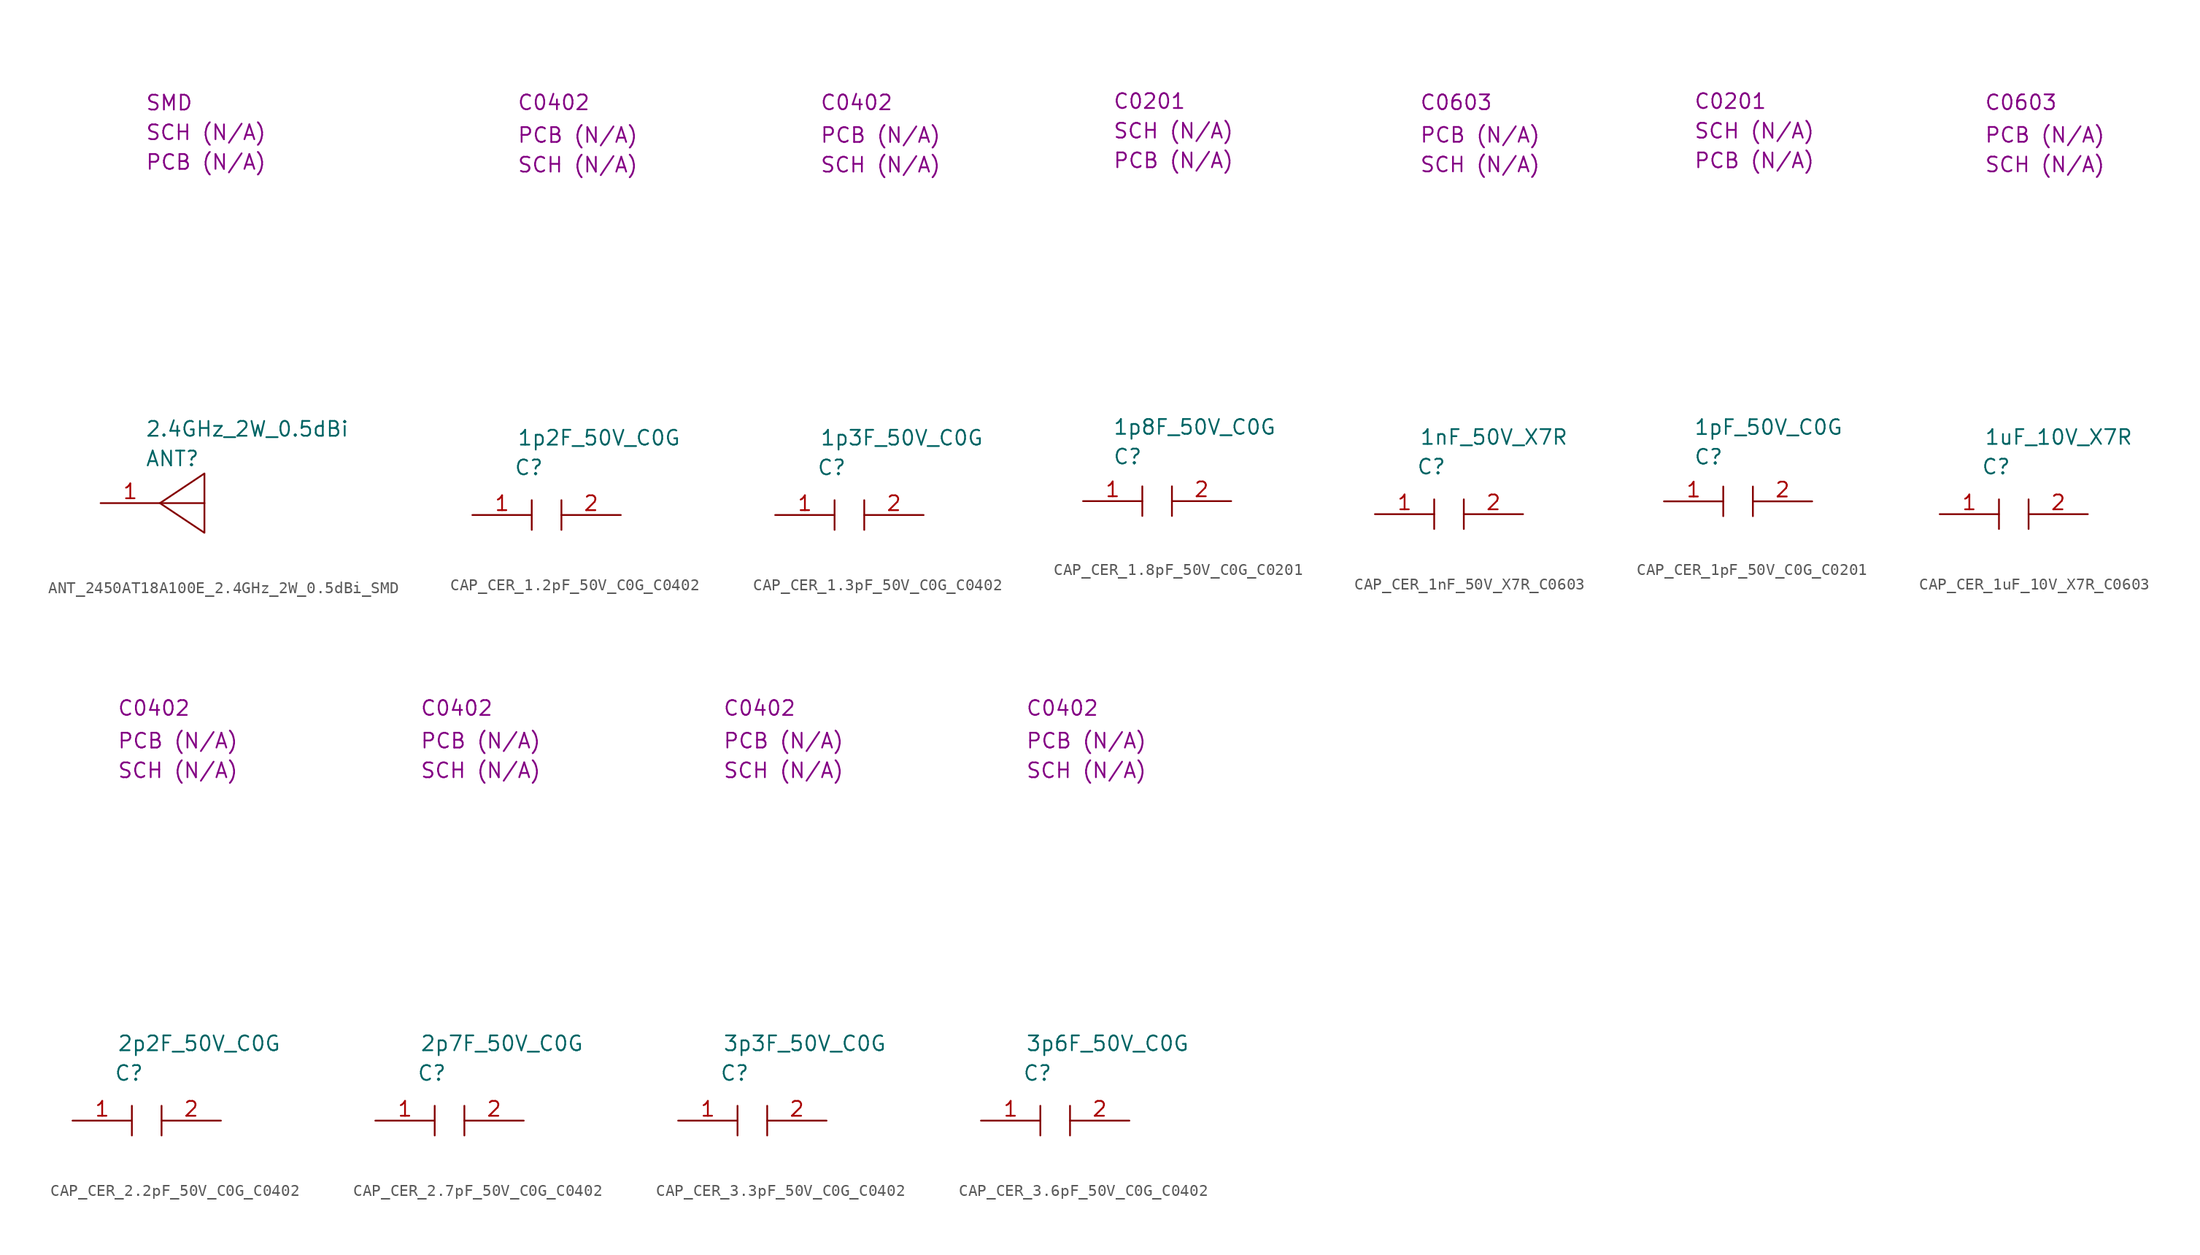
<source format=kicad_sym>
(kicad_symbol_lib
  (version 20231120)
  (generator "kicad_symbol_editor")
  (generator_version "8.0")
  (symbol "ANT_2450AT18A100E_2.4GHz_2W_0.5dBi_SMD"
    (property "Reference" "ANT"
      (at 3.81 3.81 0)
      (effects (font (size 1.27 1.27)) (justify left)))
    (property "Value" "2.4GHz_2W_0.5dBi"
      (at 3.81 6.35 0)
      (effects (font (size 1.27 1.27)) (justify left)))
    (property "SCH CHECK" "SCH (N/A)"
      (at 3.81 31.75 0)
      (effects (font (size 1.27 1.27)) (justify left)))
    (property "Package" "SMD"
      (at 3.81 34.29 0)
      (effects (font (size 1.27 1.27)) (justify left)))
    (property "PCB CHECk" "PCB (N/A)"
      (at 3.81 29.21 0)
      (effects (font (size 1.27 1.27)) (justify left)))
    (symbol "ANT_2450AT18A100E_2.4GHz_2W_0.5dBi_SMD_0_1"
      (polyline (pts (xy 5.08 0) (xy 8.89 0)) (stroke (width 0) (type default)) (fill (type none)))
      (polyline (pts (xy 5.08 0) (xy 8.89 2.54) (xy 8.89 -2.54) (xy 5.08 0)) (stroke (width 0) (type default)) (fill (type none))))
    (symbol "ANT_2450AT18A100E_2.4GHz_2W_0.5dBi_SMD_1_1"
      (pin passive line (at 0 0 0) (length 5.08) (name "" (effects (font (size 1.27 1.27)))) (number "1" (effects (font (size 1.27 1.27)))))))
  (symbol "CAP_CER_1.2pF_50V_C0G_C0402"
    (property "Reference" "C"
      (at 3.556 4.064 0)
      (effects (font (size 1.27 1.27)) (justify left)))
    (property "Value" "1p2F_50V_C0G"
      (at 3.81 6.604 0)
      (effects (font (size 1.27 1.27)) (justify left)))
    (property "Package" "C0402"
      (at 3.81 35.306 0)
      (effects (font (size 1.27 1.27)) (justify left)))
    (property "SCH CHECK" "SCH (N/A)"
      (at 3.81 29.972 0)
      (effects (font (size 1.27 1.27)) (justify left)))
    (property "PCB CHECK" "PCB (N/A)"
      (at 3.81 32.512 0)
      (effects (font (size 1.27 1.27)) (justify left)))
    (symbol "CAP_CER_1.2pF_50V_C0G_C0402_0_0"
      (polyline (pts (xy 5.08 1.27) (xy 5.08 -1.27)) (stroke (width 0) (type default)) (fill (type none)))
      (polyline (pts (xy 7.62 1.27) (xy 7.62 -1.27)) (stroke (width 0) (type default)) (fill (type none))))
    (symbol "CAP_CER_1.2pF_50V_C0G_C0402_1_1"
      (pin passive line (at 0 0 0) (length 5.08) (name "" (effects (font (size 1.27 1.27)))) (number "1" (effects (font (size 1.27 1.27)))))
      (pin passive line (at 12.7 0 180) (length 5.08) (name "" (effects (font (size 1.27 1.27)))) (number "2" (effects (font (size 1.27 1.27)))))))
  (symbol "CAP_CER_1.3pF_50V_C0G_C0402"
    (property "Reference" "C"
      (at 3.556 4.064 0)
      (effects (font (size 1.27 1.27)) (justify left)))
    (property "Value" "1p3F_50V_C0G"
      (at 3.81 6.604 0)
      (effects (font (size 1.27 1.27)) (justify left)))
    (property "Package" "C0402"
      (at 3.81 35.306 0)
      (effects (font (size 1.27 1.27)) (justify left)))
    (property "SCH CHECK" "SCH (N/A)"
      (at 3.81 29.972 0)
      (effects (font (size 1.27 1.27)) (justify left)))
    (property "PCB CHECK" "PCB (N/A)"
      (at 3.81 32.512 0)
      (effects (font (size 1.27 1.27)) (justify left)))
    (symbol "CAP_CER_1.3pF_50V_C0G_C0402_0_0"
      (polyline (pts (xy 5.08 1.27) (xy 5.08 -1.27)) (stroke (width 0) (type default)) (fill (type none)))
      (polyline (pts (xy 7.62 1.27) (xy 7.62 -1.27)) (stroke (width 0) (type default)) (fill (type none))))
    (symbol "CAP_CER_1.3pF_50V_C0G_C0402_1_1"
      (pin passive line (at 0 0 0) (length 5.08) (name "" (effects (font (size 1.27 1.27)))) (number "1" (effects (font (size 1.27 1.27)))))
      (pin passive line (at 12.7 0 180) (length 5.08) (name "" (effects (font (size 1.27 1.27)))) (number "2" (effects (font (size 1.27 1.27)))))))
  (symbol "CAP_CER_1.8pF_50V_C0G_C0201"
    (property "Reference" "C"
      (at 2.54 3.81 0)
      (effects (font (size 1.27 1.27)) (justify left)))
    (property "Value" "1p8F_50V_C0G"
      (at 2.54 6.35 0)
      (effects (font (size 1.27 1.27)) (justify left)))
    (property "SCH CHECK" "SCH (N/A)"
      (at 2.54 31.75 0)
      (effects (font (size 1.27 1.27)) (justify left)))
    (property "Package" "C0201"
      (at 2.54 34.29 0)
      (effects (font (size 1.27 1.27)) (justify left)))
    (property "PCB CHECk" "PCB (N/A)"
      (at 2.54 29.21 0)
      (effects (font (size 1.27 1.27)) (justify left)))
    (symbol "CAP_CER_1.8pF_50V_C0G_C0201_0_0"
      (polyline (pts (xy 5.08 1.27) (xy 5.08 -1.27)) (stroke (width 0) (type default)) (fill (type none)))
      (polyline (pts (xy 7.62 1.27) (xy 7.62 -1.27)) (stroke (width 0) (type default)) (fill (type none))))
    (symbol "CAP_CER_1.8pF_50V_C0G_C0201_1_1"
      (pin passive line (at 0 0 0) (length 5.08) (name "" (effects (font (size 1.27 1.27)))) (number "1" (effects (font (size 1.27 1.27)))))
      (pin passive line (at 12.7 0 180) (length 5.08) (name "" (effects (font (size 1.27 1.27)))) (number "2" (effects (font (size 1.27 1.27)))))))
  (symbol "CAP_CER_1nF_50V_X7R_C0603"
    (property "Reference" "C"
      (at 3.556 4.064 0)
      (effects (font (size 1.27 1.27)) (justify left)))
    (property "Value" "1nF_50V_X7R"
      (at 3.81 6.604 0)
      (effects (font (size 1.27 1.27)) (justify left)))
    (property "Package" "C0603"
      (at 3.81 35.306 0)
      (effects (font (size 1.27 1.27)) (justify left)))
    (property "SCH CHECK" "SCH (N/A)"
      (at 3.81 29.972 0)
      (effects (font (size 1.27 1.27)) (justify left)))
    (property "PCB CHECK" "PCB (N/A)"
      (at 3.81 32.512 0)
      (effects (font (size 1.27 1.27)) (justify left)))
    (symbol "CAP_CER_1nF_50V_X7R_C0603_0_0"
      (polyline (pts (xy 5.08 1.27) (xy 5.08 -1.27)) (stroke (width 0) (type default)) (fill (type none)))
      (polyline (pts (xy 7.62 1.27) (xy 7.62 -1.27)) (stroke (width 0) (type default)) (fill (type none))))
    (symbol "CAP_CER_1nF_50V_X7R_C0603_1_1"
      (pin passive line (at 0 0 0) (length 5.08) (name "" (effects (font (size 1.27 1.27)))) (number "1" (effects (font (size 1.27 1.27)))))
      (pin passive line (at 12.7 0 180) (length 5.08) (name "" (effects (font (size 1.27 1.27)))) (number "2" (effects (font (size 1.27 1.27)))))))
  (symbol "CAP_CER_1pF_50V_C0G_C0201"
    (property "Reference" "C"
      (at 2.54 3.81 0)
      (effects (font (size 1.27 1.27)) (justify left)))
    (property "Value" "1pF_50V_C0G"
      (at 2.54 6.35 0)
      (effects (font (size 1.27 1.27)) (justify left)))
    (property "SCH CHECK" "SCH (N/A)"
      (at 2.54 31.75 0)
      (effects (font (size 1.27 1.27)) (justify left)))
    (property "Package" "C0201"
      (at 2.54 34.29 0)
      (effects (font (size 1.27 1.27)) (justify left)))
    (property "PCB CHECk" "PCB (N/A)"
      (at 2.54 29.21 0)
      (effects (font (size 1.27 1.27)) (justify left)))
    (symbol "CAP_CER_1pF_50V_C0G_C0201_0_0"
      (polyline (pts (xy 5.08 1.27) (xy 5.08 -1.27)) (stroke (width 0) (type default)) (fill (type none)))
      (polyline (pts (xy 7.62 1.27) (xy 7.62 -1.27)) (stroke (width 0) (type default)) (fill (type none))))
    (symbol "CAP_CER_1pF_50V_C0G_C0201_1_1"
      (pin passive line (at 0 0 0) (length 5.08) (name "" (effects (font (size 1.27 1.27)))) (number "1" (effects (font (size 1.27 1.27)))))
      (pin passive line (at 12.7 0 180) (length 5.08) (name "" (effects (font (size 1.27 1.27)))) (number "2" (effects (font (size 1.27 1.27)))))))
  (symbol "CAP_CER_1uF_10V_X7R_C0603"
    (property "Reference" "C"
      (at 3.556 4.064 0)
      (effects (font (size 1.27 1.27)) (justify left)))
    (property "Value" "1uF_10V_X7R"
      (at 3.81 6.604 0)
      (effects (font (size 1.27 1.27)) (justify left)))
    (property "Package" "C0603"
      (at 3.81 35.306 0)
      (effects (font (size 1.27 1.27)) (justify left)))
    (property "SCH CHECK" "SCH (N/A)"
      (at 3.81 29.972 0)
      (effects (font (size 1.27 1.27)) (justify left)))
    (property "PCB CHECK" "PCB (N/A)"
      (at 3.81 32.512 0)
      (effects (font (size 1.27 1.27)) (justify left)))
    (symbol "CAP_CER_1uF_10V_X7R_C0603_0_0"
      (polyline (pts (xy 5.08 1.27) (xy 5.08 -1.27)) (stroke (width 0) (type default)) (fill (type none)))
      (polyline (pts (xy 7.62 1.27) (xy 7.62 -1.27)) (stroke (width 0) (type default)) (fill (type none))))
    (symbol "CAP_CER_1uF_10V_X7R_C0603_1_1"
      (pin passive line (at 0 0 0) (length 5.08) (name "" (effects (font (size 1.27 1.27)))) (number "1" (effects (font (size 1.27 1.27)))))
      (pin passive line (at 12.7 0 180) (length 5.08) (name "" (effects (font (size 1.27 1.27)))) (number "2" (effects (font (size 1.27 1.27)))))))
  (symbol "CAP_CER_2.2pF_50V_C0G_C0402"
    (property "Reference" "C"
      (at 3.556 4.064 0)
      (effects (font (size 1.27 1.27)) (justify left)))
    (property "Value" "2p2F_50V_C0G"
      (at 3.81 6.604 0)
      (effects (font (size 1.27 1.27)) (justify left)))
    (property "Package" "C0402"
      (at 3.81 35.306 0)
      (effects (font (size 1.27 1.27)) (justify left)))
    (property "SCH CHECK" "SCH (N/A)"
      (at 3.81 29.972 0)
      (effects (font (size 1.27 1.27)) (justify left)))
    (property "PCB CHECK" "PCB (N/A)"
      (at 3.81 32.512 0)
      (effects (font (size 1.27 1.27)) (justify left)))
    (symbol "CAP_CER_2.2pF_50V_C0G_C0402_0_0"
      (polyline (pts (xy 5.08 1.27) (xy 5.08 -1.27)) (stroke (width 0) (type default)) (fill (type none)))
      (polyline (pts (xy 7.62 1.27) (xy 7.62 -1.27)) (stroke (width 0) (type default)) (fill (type none))))
    (symbol "CAP_CER_2.2pF_50V_C0G_C0402_1_1"
      (pin passive line (at 0 0 0) (length 5.08) (name "" (effects (font (size 1.27 1.27)))) (number "1" (effects (font (size 1.27 1.27)))))
      (pin passive line (at 12.7 0 180) (length 5.08) (name "" (effects (font (size 1.27 1.27)))) (number "2" (effects (font (size 1.27 1.27)))))))
  (symbol "CAP_CER_2.7pF_50V_C0G_C0402"
    (property "Reference" "C"
      (at 3.556 4.064 0)
      (effects (font (size 1.27 1.27)) (justify left)))
    (property "Value" "2p7F_50V_C0G"
      (at 3.81 6.604 0)
      (effects (font (size 1.27 1.27)) (justify left)))
    (property "Package" "C0402"
      (at 3.81 35.306 0)
      (effects (font (size 1.27 1.27)) (justify left)))
    (property "SCH CHECK" "SCH (N/A)"
      (at 3.81 29.972 0)
      (effects (font (size 1.27 1.27)) (justify left)))
    (property "PCB CHECK" "PCB (N/A)"
      (at 3.81 32.512 0)
      (effects (font (size 1.27 1.27)) (justify left)))
    (symbol "CAP_CER_2.7pF_50V_C0G_C0402_0_0"
      (polyline (pts (xy 5.08 1.27) (xy 5.08 -1.27)) (stroke (width 0) (type default)) (fill (type none)))
      (polyline (pts (xy 7.62 1.27) (xy 7.62 -1.27)) (stroke (width 0) (type default)) (fill (type none))))
    (symbol "CAP_CER_2.7pF_50V_C0G_C0402_1_1"
      (pin passive line (at 0 0 0) (length 5.08) (name "" (effects (font (size 1.27 1.27)))) (number "1" (effects (font (size 1.27 1.27)))))
      (pin passive line (at 12.7 0 180) (length 5.08) (name "" (effects (font (size 1.27 1.27)))) (number "2" (effects (font (size 1.27 1.27)))))))
  (symbol "CAP_CER_3.3pF_50V_C0G_C0402"
    (property "Reference" "C"
      (at 3.556 4.064 0)
      (effects (font (size 1.27 1.27)) (justify left)))
    (property "Value" "3p3F_50V_C0G"
      (at 3.81 6.604 0)
      (effects (font (size 1.27 1.27)) (justify left)))
    (property "Package" "C0402"
      (at 3.81 35.306 0)
      (effects (font (size 1.27 1.27)) (justify left)))
    (property "SCH CHECK" "SCH (N/A)"
      (at 3.81 29.972 0)
      (effects (font (size 1.27 1.27)) (justify left)))
    (property "PCB CHECK" "PCB (N/A)"
      (at 3.81 32.512 0)
      (effects (font (size 1.27 1.27)) (justify left)))
    (symbol "CAP_CER_3.3pF_50V_C0G_C0402_0_0"
      (polyline (pts (xy 5.08 1.27) (xy 5.08 -1.27)) (stroke (width 0) (type default)) (fill (type none)))
      (polyline (pts (xy 7.62 1.27) (xy 7.62 -1.27)) (stroke (width 0) (type default)) (fill (type none))))
    (symbol "CAP_CER_3.3pF_50V_C0G_C0402_1_1"
      (pin passive line (at 0 0 0) (length 5.08) (name "" (effects (font (size 1.27 1.27)))) (number "1" (effects (font (size 1.27 1.27)))))
      (pin passive line (at 12.7 0 180) (length 5.08) (name "" (effects (font (size 1.27 1.27)))) (number "2" (effects (font (size 1.27 1.27)))))))
  (symbol "CAP_CER_3.6pF_50V_C0G_C0402"
    (property "Reference" "C"
      (at 3.556 4.064 0)
      (effects (font (size 1.27 1.27)) (justify left)))
    (property "Value" "3p6F_50V_C0G"
      (at 3.81 6.604 0)
      (effects (font (size 1.27 1.27)) (justify left)))
    (property "Package" "C0402"
      (at 3.81 35.306 0)
      (effects (font (size 1.27 1.27)) (justify left)))
    (property "SCH CHECK" "SCH (N/A)"
      (at 3.81 29.972 0)
      (effects (font (size 1.27 1.27)) (justify left)))
    (property "PCB CHECK" "PCB (N/A)"
      (at 3.81 32.512 0)
      (effects (font (size 1.27 1.27)) (justify left)))
    (symbol "CAP_CER_3.6pF_50V_C0G_C0402_0_0"
      (polyline (pts (xy 5.08 1.27) (xy 5.08 -1.27)) (stroke (width 0) (type default)) (fill (type none)))
      (polyline (pts (xy 7.62 1.27) (xy 7.62 -1.27)) (stroke (width 0) (type default)) (fill (type none))))
    (symbol "CAP_CER_3.6pF_50V_C0G_C0402_1_1"
      (pin passive line (at 0 0 0) (length 5.08) (name "" (effects (font (size 1.27 1.27)))) (number "1" (effects (font (size 1.27 1.27)))))
      (pin passive line (at 12.7 0 180) (length 5.08) (name "" (effects (font (size 1.27 1.27)))) (number "2" (effects (font (size 1.27 1.27))))))))
</source>
